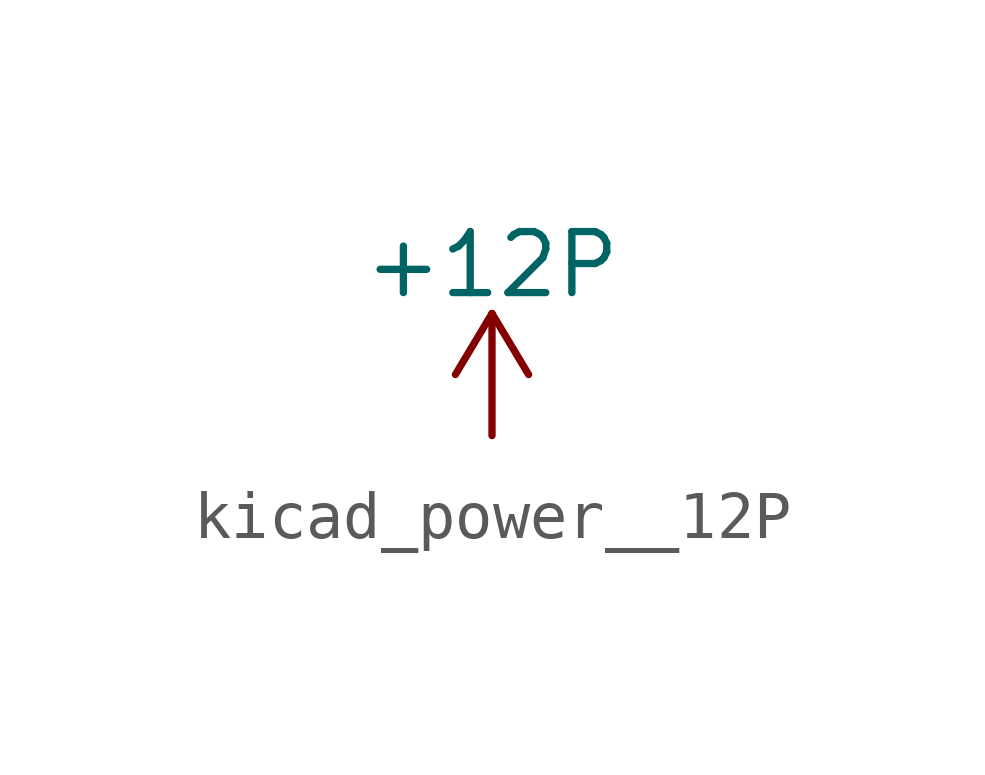
<source format=kicad_sym>
(kicad_symbol_lib
  (version 20220914)
  (generator kicad_symbol_editor)
  (symbol "kicad_power__12P"
    (power)
    (pin_names
      (offset 0))
    (property "Reference" "#PWR"
      (at 0 -3.81 0)
      (effects (font (size 1.27 1.27)) hide))
    (property "Value" "+12P"
      (at 0 3.556 0)
      (effects (font (size 1.27 1.27))))
    (symbol "kicad_power__12P_0_1"
      (polyline (pts (xy -0.762 1.27) (xy 0 2.54)) (stroke (width 0) (type default)) (fill (type none)))
      (polyline (pts (xy 0 0) (xy 0 2.54)) (stroke (width 0) (type default)) (fill (type none)))
      (polyline (pts (xy 0 2.54) (xy 0.762 1.27)) (stroke (width 0) (type default)) (fill (type none))))
    (symbol "kicad_power__12P_1_1"
      (pin power_in line (at 0 0 90) (length 0) hide (name "+12P" (effects (font (size 1.27 1.27)))) (number "1" (effects (font (size 1.27 1.27))))))))
</source>
